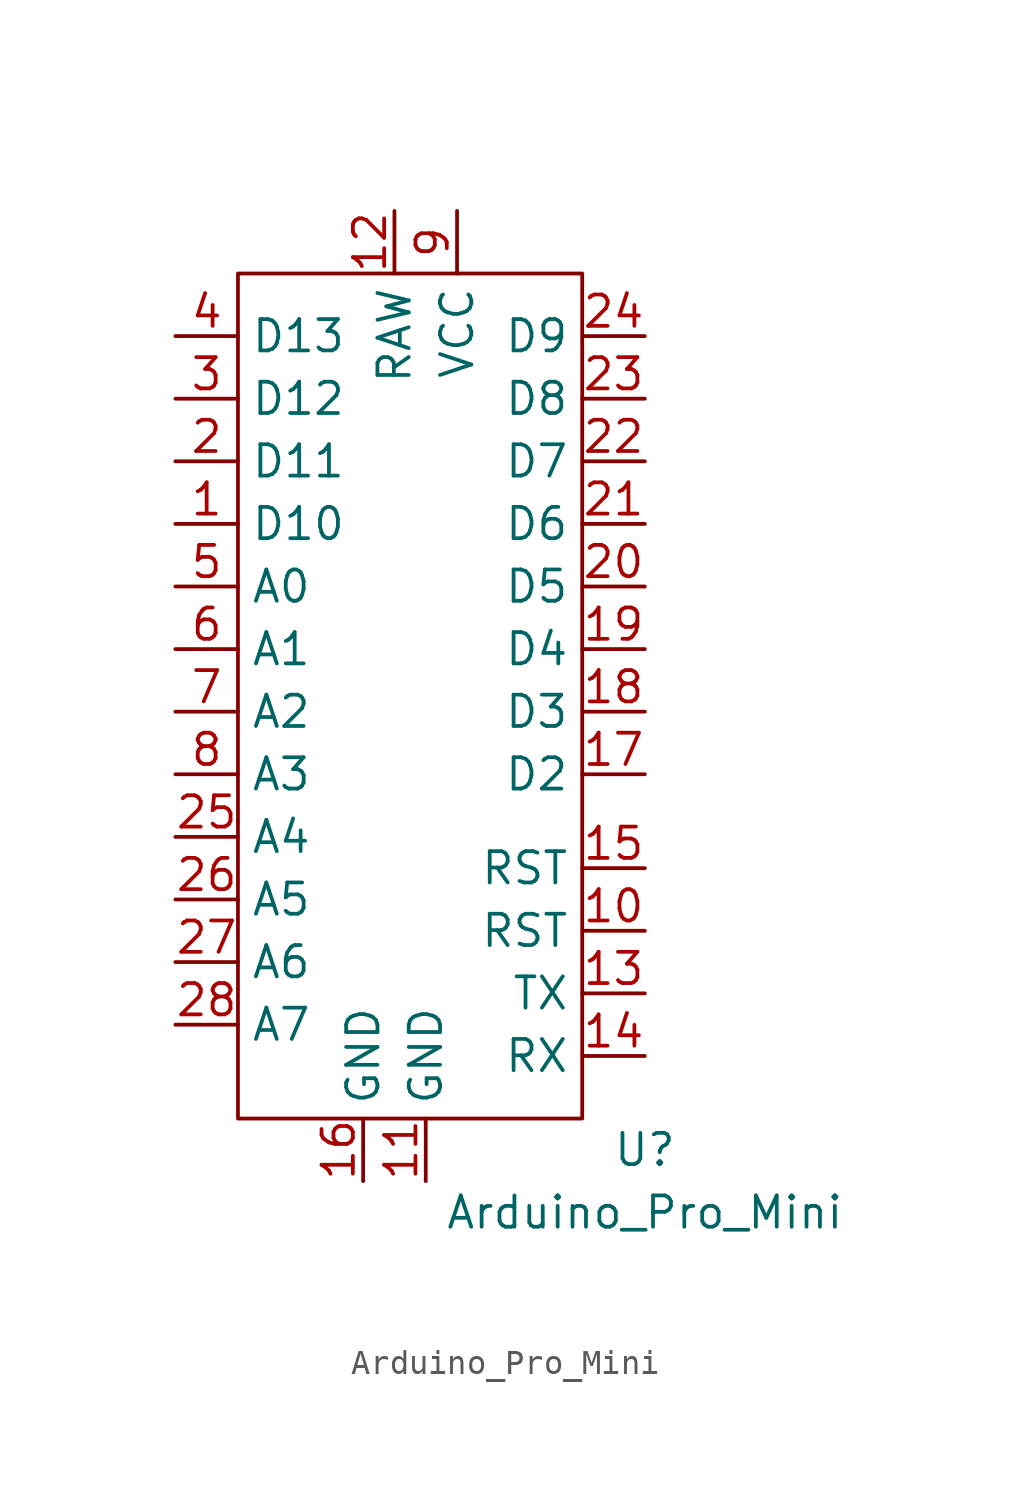
<source format=kicad_sym>
(kicad_symbol_lib
  (version 20211014)
  (generator kicad_symbol_editor)
  (symbol "Arduino_Pro_Mini"
    (property "Reference" "U"
      (at 0 0 0)
      (effects (font (size 1.27 1.27))))
    (property "Value" "Arduino_Pro_Mini"
      (at 0 -2.54 0)
      (effects (font (size 1.27 1.27))))
    (symbol "Arduino_Pro_Mini_0_1"
      (rectangle (start -16.51 35.56) (end -2.54 1.27) (stroke (width 0) (type default) (color 0 0 0 0)) (fill (type none))))
    (symbol "Arduino_Pro_Mini_1_1"
      (pin input line (at -19.05 25.4 0) (length 2.54) (name "D10" (effects (font (size 1.27 1.27)))) (number "1" (effects (font (size 1.27 1.27)))))
      (pin input line (at 0 8.89 180) (length 2.54) (name "RST" (effects (font (size 1.27 1.27)))) (number "10" (effects (font (size 1.27 1.27)))))
      (pin input line (at -8.89 -1.27 90) (length 2.54) (name "GND" (effects (font (size 1.27 1.27)))) (number "11" (effects (font (size 1.27 1.27)))))
      (pin input line (at -10.16 38.1 270) (length 2.54) (name "RAW" (effects (font (size 1.27 1.27)))) (number "12" (effects (font (size 1.27 1.27)))))
      (pin input line (at 0 6.35 180) (length 2.54) (name "TX" (effects (font (size 1.27 1.27)))) (number "13" (effects (font (size 1.27 1.27)))))
      (pin input line (at 0 3.81 180) (length 2.54) (name "RX" (effects (font (size 1.27 1.27)))) (number "14" (effects (font (size 1.27 1.27)))))
      (pin input line (at 0 11.43 180) (length 2.54) (name "RST" (effects (font (size 1.27 1.27)))) (number "15" (effects (font (size 1.27 1.27)))))
      (pin input line (at -11.43 -1.27 90) (length 2.54) (name "GND" (effects (font (size 1.27 1.27)))) (number "16" (effects (font (size 1.27 1.27)))))
      (pin input line (at 0 15.24 180) (length 2.54) (name "D2" (effects (font (size 1.27 1.27)))) (number "17" (effects (font (size 1.27 1.27)))))
      (pin input line (at 0 17.78 180) (length 2.54) (name "D3" (effects (font (size 1.27 1.27)))) (number "18" (effects (font (size 1.27 1.27)))))
      (pin input line (at 0 20.32 180) (length 2.54) (name "D4" (effects (font (size 1.27 1.27)))) (number "19" (effects (font (size 1.27 1.27)))))
      (pin input line (at -19.05 27.94 0) (length 2.54) (name "D11" (effects (font (size 1.27 1.27)))) (number "2" (effects (font (size 1.27 1.27)))))
      (pin input line (at 0 22.86 180) (length 2.54) (name "D5" (effects (font (size 1.27 1.27)))) (number "20" (effects (font (size 1.27 1.27)))))
      (pin input line (at 0 25.4 180) (length 2.54) (name "D6" (effects (font (size 1.27 1.27)))) (number "21" (effects (font (size 1.27 1.27)))))
      (pin input line (at 0 27.94 180) (length 2.54) (name "D7" (effects (font (size 1.27 1.27)))) (number "22" (effects (font (size 1.27 1.27)))))
      (pin input line (at 0 30.48 180) (length 2.54) (name "D8" (effects (font (size 1.27 1.27)))) (number "23" (effects (font (size 1.27 1.27)))))
      (pin input line (at 0 33.02 180) (length 2.54) (name "D9" (effects (font (size 1.27 1.27)))) (number "24" (effects (font (size 1.27 1.27)))))
      (pin input line (at -19.05 12.7 0) (length 2.54) (name "A4" (effects (font (size 1.27 1.27)))) (number "25" (effects (font (size 1.27 1.27)))))
      (pin input line (at -19.05 10.16 0) (length 2.54) (name "A5" (effects (font (size 1.27 1.27)))) (number "26" (effects (font (size 1.27 1.27)))))
      (pin input line (at -19.05 7.62 0) (length 2.54) (name "A6" (effects (font (size 1.27 1.27)))) (number "27" (effects (font (size 1.27 1.27)))))
      (pin input line (at -19.05 5.08 0) (length 2.54) (name "A7" (effects (font (size 1.27 1.27)))) (number "28" (effects (font (size 1.27 1.27)))))
      (pin input line (at -19.05 30.48 0) (length 2.54) (name "D12" (effects (font (size 1.27 1.27)))) (number "3" (effects (font (size 1.27 1.27)))))
      (pin input line (at -19.05 33.02 0) (length 2.54) (name "D13" (effects (font (size 1.27 1.27)))) (number "4" (effects (font (size 1.27 1.27)))))
      (pin input line (at -19.05 22.86 0) (length 2.54) (name "A0" (effects (font (size 1.27 1.27)))) (number "5" (effects (font (size 1.27 1.27)))))
      (pin input line (at -19.05 20.32 0) (length 2.54) (name "A1" (effects (font (size 1.27 1.27)))) (number "6" (effects (font (size 1.27 1.27)))))
      (pin input line (at -19.05 17.78 0) (length 2.54) (name "A2" (effects (font (size 1.27 1.27)))) (number "7" (effects (font (size 1.27 1.27)))))
      (pin input line (at -19.05 15.24 0) (length 2.54) (name "A3" (effects (font (size 1.27 1.27)))) (number "8" (effects (font (size 1.27 1.27)))))
      (pin input line (at -7.62 38.1 270) (length 2.54) (name "VCC" (effects (font (size 1.27 1.27)))) (number "9" (effects (font (size 1.27 1.27))))))))
</source>
